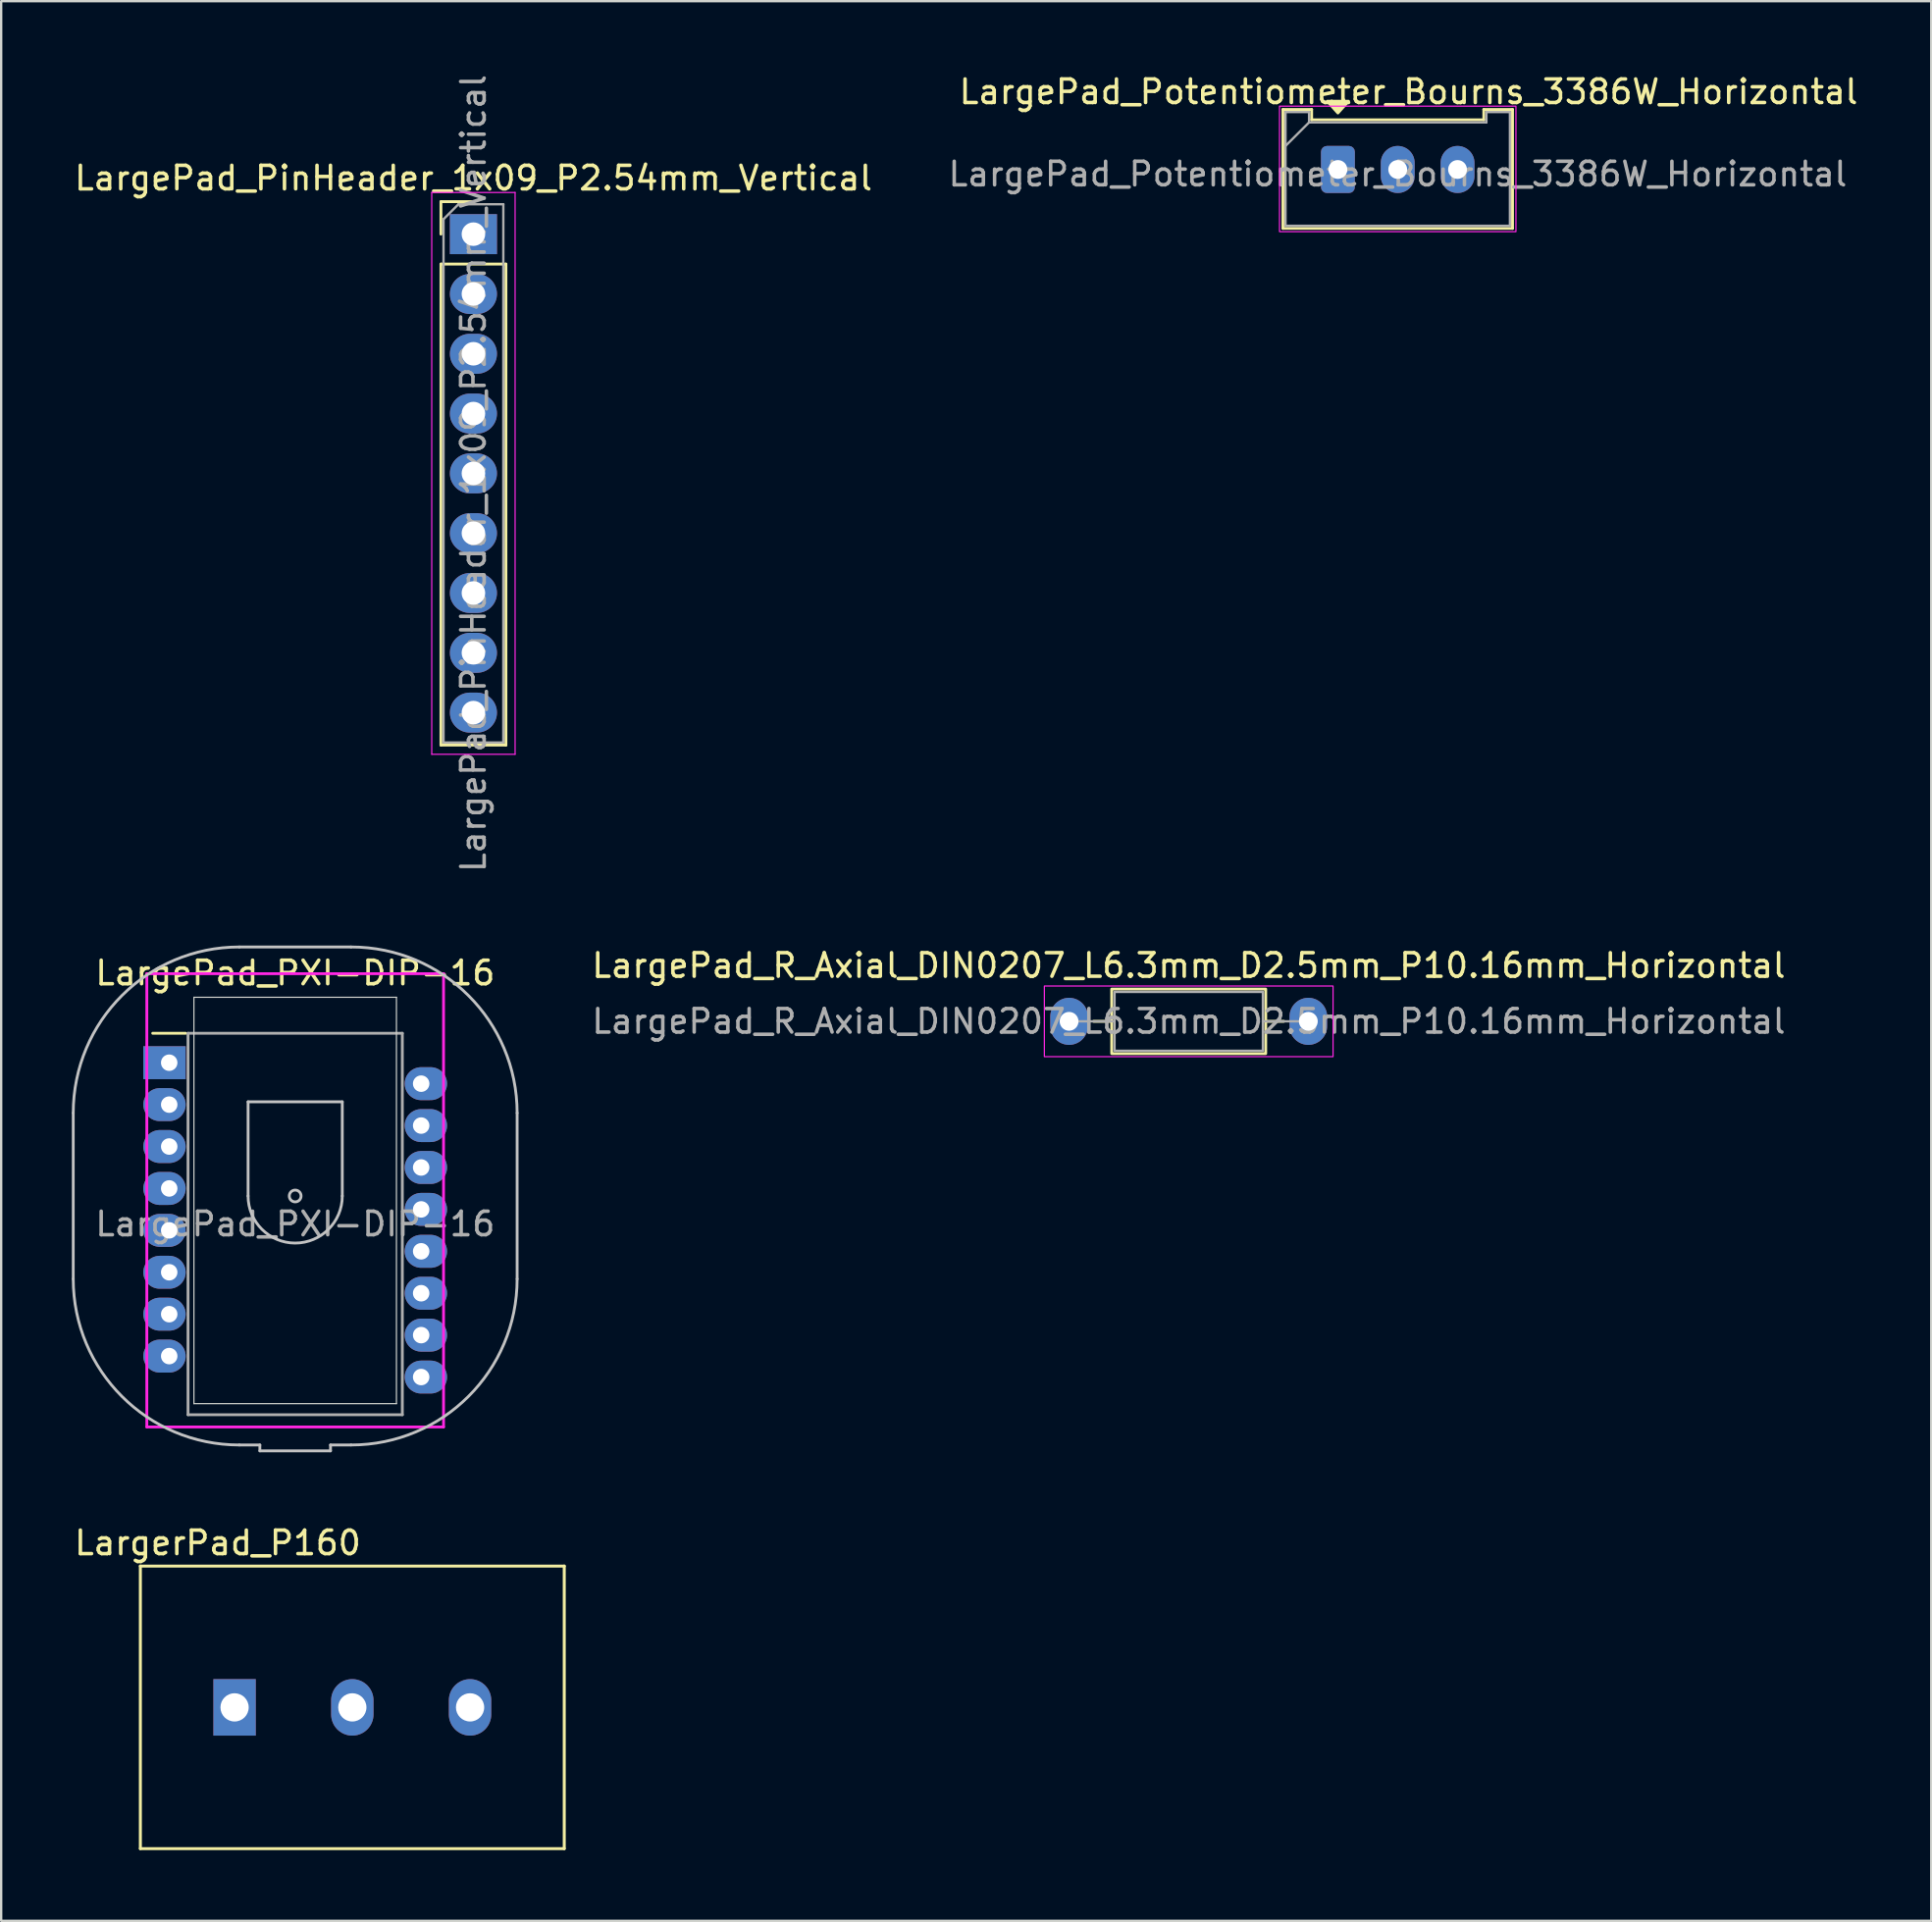
<source format=kicad_pcb>
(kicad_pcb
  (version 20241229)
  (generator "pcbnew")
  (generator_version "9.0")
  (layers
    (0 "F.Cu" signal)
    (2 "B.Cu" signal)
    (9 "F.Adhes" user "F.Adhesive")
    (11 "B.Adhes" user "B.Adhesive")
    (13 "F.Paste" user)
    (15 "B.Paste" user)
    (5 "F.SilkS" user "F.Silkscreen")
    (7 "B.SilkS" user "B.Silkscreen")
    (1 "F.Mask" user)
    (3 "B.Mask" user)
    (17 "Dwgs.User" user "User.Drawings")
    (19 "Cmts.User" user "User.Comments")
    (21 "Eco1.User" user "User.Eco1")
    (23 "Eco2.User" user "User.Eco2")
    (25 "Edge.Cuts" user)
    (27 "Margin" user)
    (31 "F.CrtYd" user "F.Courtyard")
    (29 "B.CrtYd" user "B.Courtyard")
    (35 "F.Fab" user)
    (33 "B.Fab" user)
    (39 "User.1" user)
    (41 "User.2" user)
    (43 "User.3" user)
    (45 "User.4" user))
  (footprint "LargePad_PXI-DIP-16"
    (layer "F.Cu")
    (at 4.135 42.082)
    (property "Reference" "LargePad_PXI-DIP-16" (at 5.35 -3.81 0) (layer "F.SilkS") (effects (font (size 1 1) (thickness 0.15))))
    (attr through_hole)
    (fp_line (start 0.7 -1.25) (end -0.7 -1.25) (stroke (width 0.12) (type solid)) (layer "F.SilkS"))
    (fp_line (start -4.075 9.185) (end -4.075 2.135) (stroke (width 0.12) (type solid)) (layer "Dwgs.User"))
    (fp_line (start 3.35 1.66) (end 7.35 1.66) (stroke (width 0.12) (type solid)) (layer "Dwgs.User"))
    (fp_line (start 3.35 5.66) (end 3.35 1.66) (stroke (width 0.12) (type solid)) (layer "Dwgs.User"))
    (fp_line (start 3.85 16.235) (end 2.975 16.235) (stroke (width 0.12) (type solid)) (layer "Dwgs.User"))
    (fp_line (start 3.85 16.485) (end 3.85 16.235) (stroke (width 0.12) (type solid)) (layer "Dwgs.User"))
    (fp_line (start 6.85 16.485) (end 3.85 16.485) (stroke (width 0.12) (type solid)) (layer "Dwgs.User"))
    (fp_line (start 6.85 16.485) (end 6.85 16.235) (stroke (width 0.12) (type solid)) (layer "Dwgs.User"))
    (fp_line (start 7.35 1.66) (end 7.35 5.66) (stroke (width 0.12) (type solid)) (layer "Dwgs.User"))
    (fp_line (start 7.725 -4.915) (end 2.975 -4.915) (stroke (width 0.12) (type solid)) (layer "Dwgs.User"))
    (fp_line (start 7.725 16.235) (end 6.85 16.235) (stroke (width 0.12) (type solid)) (layer "Dwgs.User"))
    (fp_line (start 14.775 9.185) (end 14.775 2.135) (stroke (width 0.12) (type solid)) (layer "Dwgs.User"))
    (fp_arc (start -4.075 2.135) (mid -2.010103 -2.850103) (end 2.975 -4.915) (stroke (width 0.12) (type solid)) (layer "Dwgs.User"))
    (fp_arc (start 2.975 16.235) (mid -2.010103 14.170103) (end -4.075 9.185) (stroke (width 0.12) (type solid)) (layer "Dwgs.User"))
    (fp_arc (start 7.35 5.66) (mid 5.35 7.66) (end 3.35 5.66) (stroke (width 0.12) (type solid)) (layer "Dwgs.User"))
    (fp_arc (start 7.725 -4.915) (mid 12.710103 -2.850103) (end 14.775 2.135) (stroke (width 0.12) (type solid)) (layer "Dwgs.User"))
    (fp_arc (start 14.775 9.185) (mid 12.710103 14.170103) (end 7.725 16.235) (stroke (width 0.12) (type solid)) (layer "Dwgs.User"))
    (fp_circle (center 5.35 5.66) (end 5.6 5.66) (stroke (width 0.12) (type solid)) (fill no) (layer "Dwgs.User"))
    (fp_line (start 1.05 -2.78) (end 9.65 -2.78) (stroke (width 0.05) (type solid)) (layer "Edge.Cuts"))
    (fp_line (start 1.05 14.48) (end 1.05 -2.78) (stroke (width 0.05) (type solid)) (layer "Edge.Cuts"))
    (fp_line (start 1.05 14.48) (end 9.65 14.48) (stroke (width 0.05) (type solid)) (layer "Edge.Cuts"))
    (fp_line (start 9.65 -2.78) (end 9.65 14.48) (stroke (width 0.05) (type solid)) (layer "Edge.Cuts"))
    (fp_line (start -0.95 -3.78) (end 11.65 -3.78) (stroke (width 0.12) (type solid)) (layer "F.CrtYd"))
    (fp_line (start -0.95 15.47) (end -0.95 -3.78) (stroke (width 0.12) (type solid)) (layer "F.CrtYd"))
    (fp_line (start 11.65 -3.78) (end 11.65 15.47) (stroke (width 0.12) (type solid)) (layer "F.CrtYd"))
    (fp_line (start 11.65 15.47) (end -0.95 15.47) (stroke (width 0.12) (type solid)) (layer "F.CrtYd"))
    (fp_line (start 0.8 -1.25) (end 9.9 -1.25) (stroke (width 0.12) (type solid)) (layer "F.Fab"))
    (fp_line (start 0.8 14.95) (end 0.8 -1.25) (stroke (width 0.12) (type solid)) (layer "F.Fab"))
    (fp_line (start 0.8 14.95) (end 9.9 14.95) (stroke (width 0.12) (type solid)) (layer "F.Fab"))
    (fp_line (start 9.9 -1.25) (end 9.9 14.95) (stroke (width 0.12) (type solid)) (layer "F.Fab"))
    (fp_text user "${REFERENCE}" (at 5.35 6.85 0) (layer "F.Fab") (effects (font (size 1 1) (thickness 0.15))))
    (pad "1" thru_hole rect (at 0 0) (size 1.8 1.4) (drill 0.7 (offset -0.2 0)) (layers "*.Cu" "*.Mask"))
    (pad "2" thru_hole oval (at 0 1.78) (size 1.8 1.4) (drill 0.7 (offset -0.2 0)) (layers "*.Cu" "*.Mask"))
    (pad "3" thru_hole oval (at 0 3.56) (size 1.8 1.4) (drill 0.7 (offset -0.2 0)) (layers "*.Cu" "*.Mask"))
    (pad "4" thru_hole oval (at 0 5.34) (size 1.8 1.4) (drill 0.7 (offset -0.2 0)) (layers "*.Cu" "*.Mask"))
    (pad "5" thru_hole oval (at 0 7.12) (size 1.8 1.4) (drill 0.7 (offset -0.2 0)) (layers "*.Cu" "*.Mask"))
    (pad "6" thru_hole oval (at 0 8.9) (size 1.8 1.4) (drill 0.7 (offset -0.2 0)) (layers "*.Cu" "*.Mask"))
    (pad "7" thru_hole oval (at 0 10.68) (size 1.8 1.4) (drill 0.7 (offset -0.2 0)) (layers "*.Cu" "*.Mask"))
    (pad "8" thru_hole oval (at 0 12.46) (size 1.8 1.4) (drill 0.7 (offset -0.2 0)) (layers "*.Cu" "*.Mask"))
    (pad "9" thru_hole oval (at 10.7 13.35) (size 1.8 1.4) (drill 0.7 (offset 0.2 0)) (layers "*.Cu" "*.Mask"))
    (pad "10" thru_hole oval (at 10.7 11.57) (size 1.8 1.4) (drill 0.7 (offset 0.2 0)) (layers "*.Cu" "*.Mask"))
    (pad "11" thru_hole oval (at 10.7 9.79) (size 1.8 1.4) (drill 0.7 (offset 0.2 0)) (layers "*.Cu" "*.Mask"))
    (pad "12" thru_hole oval (at 10.7 8.01) (size 1.8 1.4) (drill 0.7 (offset 0.2 0)) (layers "*.Cu" "*.Mask"))
    (pad "13" thru_hole oval (at 10.7 6.23) (size 1.8 1.4) (drill 0.7 (offset 0.2 0)) (layers "*.Cu" "*.Mask"))
    (pad "14" thru_hole oval (at 10.7 4.45) (size 1.8 1.4) (drill 0.7 (offset 0.2 0)) (layers "*.Cu" "*.Mask"))
    (pad "15" thru_hole oval (at 10.7 2.67) (size 1.8 1.4) (drill 0.7 (offset 0.2 0)) (layers "*.Cu" "*.Mask"))
    (pad "16" thru_hole oval (at 10.7 0.89) (size 1.8 1.4) (drill 0.7 (offset 0.2 0)) (layers "*.Cu" "*.Mask")))
  (footprint "LargePad_PinHeader_1x09_P2.54mm_Vertical"
    (layer "F.Cu")
    (at 17.054 6.894)
    (property "Reference" "LargePad_PinHeader_1x09_P2.54mm_Vertical" (at 0 -2.38 0) (layer "F.SilkS") (effects (font (size 1 1) (thickness 0.15))))
    (attr through_hole)
    (fp_line (start -1.38 -1.38) (end 0 -1.38) (stroke (width 0.12) (type solid)) (layer "F.SilkS"))
    (fp_line (start -1.38 0) (end -1.38 -1.38) (stroke (width 0.12) (type solid)) (layer "F.SilkS"))
    (fp_line (start -1.38 1.27) (end -1.38 21.7) (stroke (width 0.12) (type solid)) (layer "F.SilkS"))
    (fp_line (start -1.38 1.27) (end 1.38 1.27) (stroke (width 0.12) (type solid)) (layer "F.SilkS"))
    (fp_line (start -1.38 21.7) (end 1.38 21.7) (stroke (width 0.12) (type solid)) (layer "F.SilkS"))
    (fp_line (start 1.38 1.27) (end 1.38 21.7) (stroke (width 0.12) (type solid)) (layer "F.SilkS"))
    (fp_line (start -1.77 -1.77) (end -1.77 22.09) (stroke (width 0.05) (type solid)) (layer "F.CrtYd"))
    (fp_line (start -1.77 22.09) (end 1.77 22.09) (stroke (width 0.05) (type solid)) (layer "F.CrtYd"))
    (fp_line (start 1.77 -1.77) (end -1.77 -1.77) (stroke (width 0.05) (type solid)) (layer "F.CrtYd"))
    (fp_line (start 1.77 22.09) (end 1.77 -1.77) (stroke (width 0.05) (type solid)) (layer "F.CrtYd"))
    (fp_line (start -1.27 -0.635) (end -0.635 -1.27) (stroke (width 0.1) (type solid)) (layer "F.Fab"))
    (fp_line (start -1.27 21.59) (end -1.27 -0.635) (stroke (width 0.1) (type solid)) (layer "F.Fab"))
    (fp_line (start -0.635 -1.27) (end 1.27 -1.27) (stroke (width 0.1) (type solid)) (layer "F.Fab"))
    (fp_line (start 1.27 -1.27) (end 1.27 21.59) (stroke (width 0.1) (type solid)) (layer "F.Fab"))
    (fp_line (start 1.27 21.59) (end -1.27 21.59) (stroke (width 0.1) (type solid)) (layer "F.Fab"))
    (fp_text user "${REFERENCE}" (at 0 10.16 90) (layer "F.Fab") (effects (font (size 1 1) (thickness 0.15))))
    (pad "1" thru_hole rect (at 0 0) (size 2 1.7) (drill 1) (layers "*.Cu" "*.Mask"))
    (pad "2" thru_hole oval (at 0 2.54) (size 2 1.7) (drill 1) (layers "*.Cu" "*.Mask"))
    (pad "3" thru_hole oval (at 0 5.08) (size 2 1.7) (drill 1) (layers "*.Cu" "*.Mask"))
    (pad "4" thru_hole oval (at 0 7.62) (size 2 1.7) (drill 1) (layers "*.Cu" "*.Mask"))
    (pad "5" thru_hole oval (at 0 10.16) (size 2 1.7) (drill 1) (layers "*.Cu" "*.Mask"))
    (pad "6" thru_hole oval (at 0 12.7) (size 2 1.7) (drill 1) (layers "*.Cu" "*.Mask"))
    (pad "7" thru_hole oval (at 0 15.24) (size 2 1.7) (drill 1) (layers "*.Cu" "*.Mask"))
    (pad "8" thru_hole oval (at 0 17.78) (size 2 1.7) (drill 1) (layers "*.Cu" "*.Mask"))
    (pad "9" thru_hole oval (at 0 20.32) (size 2 1.7) (drill 1) (layers "*.Cu" "*.Mask")))
  (footprint "LargePad_R_Axial_DIN0207_L6.3mm_D2.5mm_P10.16mm_Horizontal"
    (layer "F.Cu")
    (at 42.348 40.325)
    (property "Reference" "LargePad_R_Axial_DIN0207_L6.3mm_D2.5mm_P10.16mm_Horizontal" (at 5.08 -2.37 0) (layer "F.SilkS") (effects (font (size 1 1) (thickness 0.15))))
    (attr through_hole)
    (fp_line (start 1.04 0) (end 1.81 0) (stroke (width 0.12) (type solid)) (layer "F.SilkS"))
    (fp_line (start 9.12 0) (end 8.35 0) (stroke (width 0.12) (type solid)) (layer "F.SilkS"))
    (fp_rect (start 1.81 -1.37) (end 8.35 1.37) (stroke (width 0.12) (type solid)) (fill no) (layer "F.SilkS"))
    (fp_rect (start -1.05 -1.5) (end 11.21 1.5) (stroke (width 0.05) (type solid)) (fill no) (layer "F.CrtYd"))
    (fp_line (start 0 0) (end 1.93 0) (stroke (width 0.1) (type solid)) (layer "F.Fab"))
    (fp_line (start 10.16 0) (end 8.23 0) (stroke (width 0.1) (type solid)) (layer "F.Fab"))
    (fp_rect (start 1.93 -1.25) (end 8.23 1.25) (stroke (width 0.1) (type solid)) (fill no) (layer "F.Fab"))
    (fp_text user "${REFERENCE}" (at 5.08 0 0) (layer "F.Fab") (effects (font (size 1 1) (thickness 0.15))))
    (pad "1" thru_hole oval (at 0 0) (size 1.6 2) (drill 0.8) (layers "*.Cu" "*.Mask"))
    (pad "2" thru_hole oval (at 10.16 0) (size 1.6 2) (drill 0.8) (layers "*.Cu" "*.Mask")))
  (footprint "LargePad_Potentiometer_Bourns_3386W_Horizontal"
    (layer "F.Cu")
    (at 53.764 4.148)
    (property "Reference" "LargePad_Potentiometer_Bourns_3386W_Horizontal" (at 3 -3.3 0) (layer "F.SilkS") (effects (font (size 1 1) (thickness 0.15))))
    (attr through_hole)
    (fp_line (start -2.335 -2.55) (end -2.335 2.5) (stroke (width 0.12) (type default)) (layer "F.SilkS"))
    (fp_line (start -2.335 2.5) (end 7.415 2.5) (stroke (width 0.12) (type default)) (layer "F.SilkS"))
    (fp_line (start -1.115 -2.55) (end -2.335 -2.55) (stroke (width 0.12) (type default)) (layer "F.SilkS"))
    (fp_line (start -1.115 -2.55) (end -1.115 -2.11) (stroke (width 0.12) (type default)) (layer "F.SilkS"))
    (fp_line (start -1.115 -2.11) (end 6.195 -2.11) (stroke (width 0.12) (type default)) (layer "F.SilkS"))
    (fp_line (start 6.195 -2.55) (end 6.195 -2.11) (stroke (width 0.12) (type default)) (layer "F.SilkS"))
    (fp_line (start 6.195 -2.55) (end 7.415 -2.55) (stroke (width 0.12) (type default)) (layer "F.SilkS"))
    (fp_line (start 7.415 2.5) (end 7.415 -2.55) (stroke (width 0.12) (type default)) (layer "F.SilkS"))
    (fp_poly (pts (xy 0 -2.4) (xy 0.45 -2.9) (xy -0.45 -2.9)) (stroke (width 0.12) (type solid)) (fill yes) (layer "F.SilkS"))
    (fp_rect (start -2.48 -2.69) (end 7.56 2.64) (stroke (width 0.05) (type default)) (fill no) (layer "F.CrtYd"))
    (fp_line (start -2.225 2.39) (end -2.225 -2.44) (stroke (width 0.1) (type default)) (layer "F.Fab"))
    (fp_line (start -2.225 2.39) (end 7.305 2.39) (stroke (width 0.1) (type default)) (layer "F.Fab"))
    (fp_line (start -1.225 -2.44) (end -2.225 -2.44) (stroke (width 0.1) (type default)) (layer "F.Fab"))
    (fp_line (start -1.225 -2) (end -2.225 -1) (stroke (width 0.1) (type default)) (layer "F.Fab"))
    (fp_line (start -1.225 -2) (end -1.225 -2.44) (stroke (width 0.1) (type default)) (layer "F.Fab"))
    (fp_line (start -1.225 -2) (end 6.305 -2) (stroke (width 0.1) (type default)) (layer "F.Fab"))
    (fp_line (start 6.305 -2.44) (end 7.305 -2.44) (stroke (width 0.1) (type default)) (layer "F.Fab"))
    (fp_line (start 6.305 -2) (end 6.305 -2.44) (stroke (width 0.1) (type default)) (layer "F.Fab"))
    (fp_line (start 7.305 2.39) (end 7.305 -2.44) (stroke (width 0.1) (type default)) (layer "F.Fab"))
    (fp_text user "${REFERENCE}" (at 2.54 0.195 0) (layer "F.Fab") (effects (font (size 1 1) (thickness 0.15))))
    (pad "1" thru_hole roundrect (at 0 0 90) (size 2 1.44) (drill 0.8) (layers "*.Cu" "*.Mask") (roundrect_rratio 0.174))
    (pad "2" thru_hole oval (at 2.54 0 90) (size 2 1.44) (drill 0.8) (layers "*.Cu" "*.Mask"))
    (pad "3" thru_hole oval (at 5.08 0 90) (size 2 1.44) (drill 0.8) (layers "*.Cu" "*.Mask")))
  (footprint "LargerPad_P160"
    (layer "F.Cu")
    (at 11.911 69.46)
    (property "Reference" "LargerPad_P160" (at -5.715 -6.985 0) (layer "F.SilkS") (effects (font (size 1 1) (thickness 0.15))))
    (attr through_hole)
    (fp_line (start -9 -6) (end 9 -6) (stroke (width 0.127) (type solid)) (layer "F.SilkS"))
    (fp_line (start -9 6) (end -9 -6) (stroke (width 0.127) (type solid)) (layer "F.SilkS"))
    (fp_line (start 9 -6) (end 9 6) (stroke (width 0.127) (type solid)) (layer "F.SilkS"))
    (fp_line (start 9 6) (end -9 6) (stroke (width 0.127) (type solid)) (layer "F.SilkS"))
    (pad "1" thru_hole rect (at -5 0) (size 1.8 2.4) (drill 1.2) (layers "*.Cu" "*.Mask"))
    (pad "2" thru_hole oval (at 0 0) (size 1.8 2.4) (drill 1.2) (layers "*.Cu" "*.Mask"))
    (pad "3" thru_hole oval (at 5 0) (size 1.8 2.4) (drill 1.2) (layers "*.Cu" "*.Mask")))
  (gr_rect
    (start -3 -3)
    (end 78.96 78.524)
    (stroke (width 0.1) (type default))
    (fill no)
    (layer "Edge.Cuts")))
</source>
